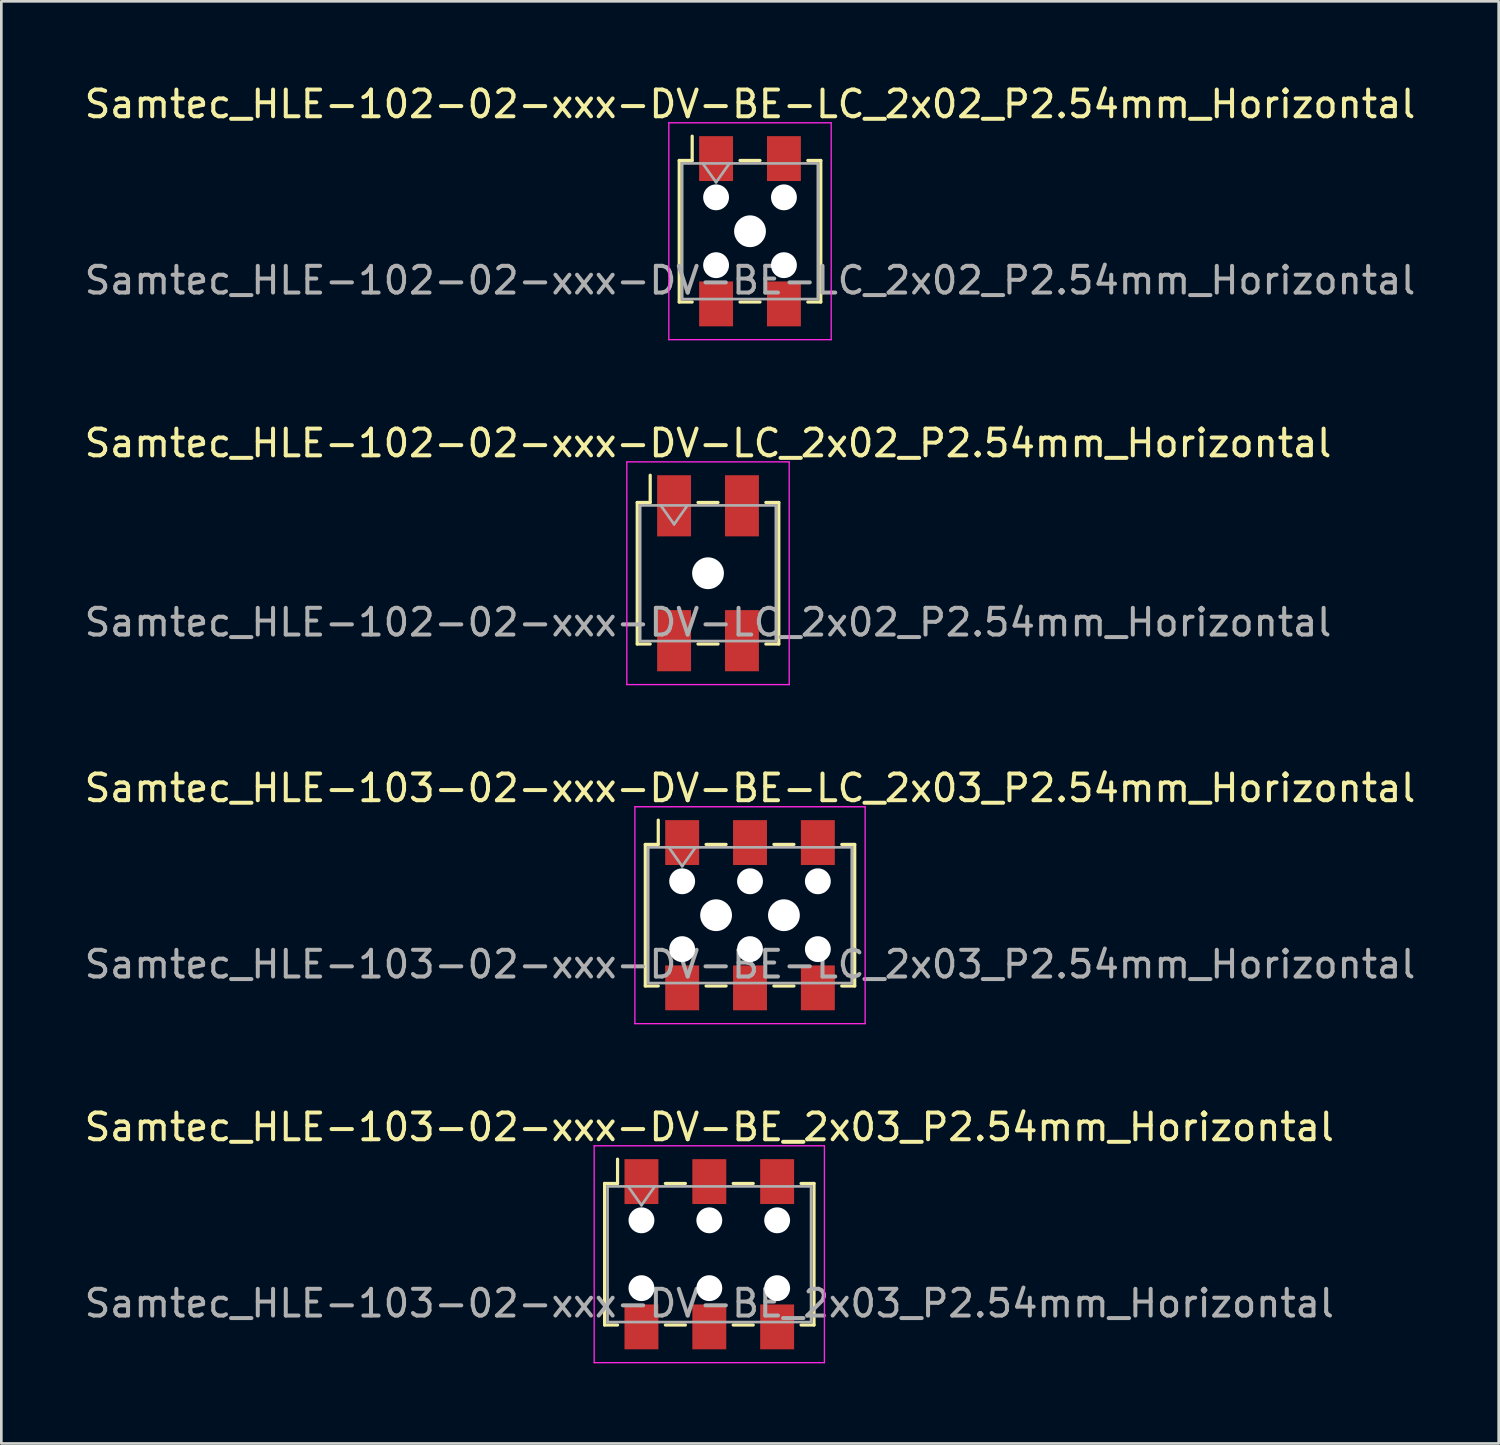
<source format=kicad_pcb>
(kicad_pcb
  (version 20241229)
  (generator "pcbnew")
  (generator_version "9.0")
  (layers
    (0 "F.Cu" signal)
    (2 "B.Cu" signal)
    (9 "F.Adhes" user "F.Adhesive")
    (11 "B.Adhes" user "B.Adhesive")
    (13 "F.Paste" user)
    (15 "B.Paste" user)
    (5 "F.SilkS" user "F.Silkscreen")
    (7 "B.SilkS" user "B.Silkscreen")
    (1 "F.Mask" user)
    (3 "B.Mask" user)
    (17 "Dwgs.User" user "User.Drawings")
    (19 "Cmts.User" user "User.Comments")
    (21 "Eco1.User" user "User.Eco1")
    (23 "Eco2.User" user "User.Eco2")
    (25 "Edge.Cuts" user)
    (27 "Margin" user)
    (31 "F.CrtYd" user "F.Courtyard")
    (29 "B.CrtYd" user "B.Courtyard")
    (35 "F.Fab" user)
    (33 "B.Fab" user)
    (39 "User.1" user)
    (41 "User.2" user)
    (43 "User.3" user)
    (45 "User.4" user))
  (footprint "Samtec_HLE-102-02-xxx-DV-LC_2x02_P2.54mm_Horizontal"
    (layer "F.Cu")
    (at 23.458 18.412)
    (property "Reference" "Samtec_HLE-102-02-xxx-DV-LC_2x02_P2.54mm_Horizontal" (at 0 -4.87 0) (layer "F.SilkS") (effects (font (size 1 1) (thickness 0.15))))
    (attr smd)
    (fp_line (start -2.65 -2.65) (end -2.65 2.65) (stroke (width 0.12) (type solid)) (layer "F.SilkS"))
    (fp_line (start -2.65 2.65) (end -2.165 2.65) (stroke (width 0.12) (type solid)) (layer "F.SilkS"))
    (fp_line (start -2.165 -3.67) (end -2.165 -2.65) (stroke (width 0.12) (type solid)) (layer "F.SilkS"))
    (fp_line (start -2.165 -2.65) (end -2.65 -2.65) (stroke (width 0.12) (type solid)) (layer "F.SilkS"))
    (fp_line (start -0.375 -2.65) (end 0.375 -2.65) (stroke (width 0.12) (type solid)) (layer "F.SilkS"))
    (fp_line (start -0.375 2.65) (end 0.375 2.65) (stroke (width 0.12) (type solid)) (layer "F.SilkS"))
    (fp_line (start 2.165 -2.65) (end 2.65 -2.65) (stroke (width 0.12) (type solid)) (layer "F.SilkS"))
    (fp_line (start 2.65 -2.65) (end 2.65 2.65) (stroke (width 0.12) (type solid)) (layer "F.SilkS"))
    (fp_line (start 2.65 2.65) (end 2.165 2.65) (stroke (width 0.12) (type solid)) (layer "F.SilkS"))
    (fp_line (start -3.04 -4.17) (end 3.04 -4.17) (stroke (width 0.05) (type solid)) (layer "F.CrtYd"))
    (fp_line (start -3.04 4.17) (end -3.04 -4.17) (stroke (width 0.05) (type solid)) (layer "F.CrtYd"))
    (fp_line (start 3.04 -4.17) (end 3.04 4.17) (stroke (width 0.05) (type solid)) (layer "F.CrtYd"))
    (fp_line (start 3.04 4.17) (end -3.04 4.17) (stroke (width 0.05) (type solid)) (layer "F.CrtYd"))
    (fp_line (start -2.54 -2.54) (end 2.54 -2.54) (stroke (width 0.1) (type solid)) (layer "F.Fab"))
    (fp_line (start -2.54 2.54) (end -2.54 -2.54) (stroke (width 0.1) (type solid)) (layer "F.Fab"))
    (fp_line (start -1.77 -2.54) (end -1.27 -1.833) (stroke (width 0.1) (type solid)) (layer "F.Fab"))
    (fp_line (start -1.27 -1.833) (end -0.77 -2.54) (stroke (width 0.1) (type solid)) (layer "F.Fab"))
    (fp_line (start 2.54 -2.54) (end 2.54 2.54) (stroke (width 0.1) (type solid)) (layer "F.Fab"))
    (fp_line (start 2.54 2.54) (end -2.54 2.54) (stroke (width 0.1) (type solid)) (layer "F.Fab"))
    (fp_text user "${REFERENCE}" (at 0 1.84 0) (layer "F.Fab") (effects (font (size 1 1) (thickness 0.15))))
    (pad "" np_thru_hole circle (at 0 0) (size 1.19 1.19) (drill 1.19) (layers "*.Cu" "*.Mask"))
    (pad "1" smd rect (at -1.27 -2.525) (size 1.27 2.29) (layers "F.Cu" "F.Mask" "F.Paste"))
    (pad "2" smd rect (at -1.27 2.525) (size 1.27 2.29) (layers "F.Cu" "F.Mask" "F.Paste"))
    (pad "3" smd rect (at 1.27 -2.525) (size 1.27 2.29) (layers "F.Cu" "F.Mask" "F.Paste"))
    (pad "4" smd rect (at 1.27 2.525) (size 1.27 2.29) (layers "F.Cu" "F.Mask" "F.Paste")))
  (footprint "Samtec_HLE-102-02-xxx-DV-BE-LC_2x02_P2.54mm_Horizontal"
    (layer "F.Cu")
    (at 25.03 5.608)
    (property "Reference" "Samtec_HLE-102-02-xxx-DV-BE-LC_2x02_P2.54mm_Horizontal" (at 0 -4.76 0) (layer "F.SilkS") (effects (font (size 1 1) (thickness 0.15))))
    (attr smd)
    (fp_line (start -2.65 -2.65) (end -2.65 2.65) (stroke (width 0.12) (type solid)) (layer "F.SilkS"))
    (fp_line (start -2.65 2.65) (end -2.165 2.65) (stroke (width 0.12) (type solid)) (layer "F.SilkS"))
    (fp_line (start -2.165 -3.56) (end -2.165 -2.65) (stroke (width 0.12) (type solid)) (layer "F.SilkS"))
    (fp_line (start -2.165 -2.65) (end -2.65 -2.65) (stroke (width 0.12) (type solid)) (layer "F.SilkS"))
    (fp_line (start -0.375 -2.65) (end 0.375 -2.65) (stroke (width 0.12) (type solid)) (layer "F.SilkS"))
    (fp_line (start -0.375 2.65) (end 0.375 2.65) (stroke (width 0.12) (type solid)) (layer "F.SilkS"))
    (fp_line (start 2.165 -2.65) (end 2.65 -2.65) (stroke (width 0.12) (type solid)) (layer "F.SilkS"))
    (fp_line (start 2.65 -2.65) (end 2.65 2.65) (stroke (width 0.12) (type solid)) (layer "F.SilkS"))
    (fp_line (start 2.65 2.65) (end 2.165 2.65) (stroke (width 0.12) (type solid)) (layer "F.SilkS"))
    (fp_line (start -3.04 -4.06) (end 3.04 -4.06) (stroke (width 0.05) (type solid)) (layer "F.CrtYd"))
    (fp_line (start -3.04 4.06) (end -3.04 -4.06) (stroke (width 0.05) (type solid)) (layer "F.CrtYd"))
    (fp_line (start 3.04 -4.06) (end 3.04 4.06) (stroke (width 0.05) (type solid)) (layer "F.CrtYd"))
    (fp_line (start 3.04 4.06) (end -3.04 4.06) (stroke (width 0.05) (type solid)) (layer "F.CrtYd"))
    (fp_line (start -2.54 -2.54) (end 2.54 -2.54) (stroke (width 0.1) (type solid)) (layer "F.Fab"))
    (fp_line (start -2.54 2.54) (end -2.54 -2.54) (stroke (width 0.1) (type solid)) (layer "F.Fab"))
    (fp_line (start -1.77 -2.54) (end -1.27 -1.833) (stroke (width 0.1) (type solid)) (layer "F.Fab"))
    (fp_line (start -1.27 -1.833) (end -0.77 -2.54) (stroke (width 0.1) (type solid)) (layer "F.Fab"))
    (fp_line (start 2.54 -2.54) (end 2.54 2.54) (stroke (width 0.1) (type solid)) (layer "F.Fab"))
    (fp_line (start 2.54 2.54) (end -2.54 2.54) (stroke (width 0.1) (type solid)) (layer "F.Fab"))
    (fp_text user "${REFERENCE}" (at 0 1.84 0) (layer "F.Fab") (effects (font (size 1 1) (thickness 0.15))))
    (pad "" np_thru_hole circle (at -1.27 -1.27) (size 0.97 0.97) (drill 0.97) (layers "*.Cu" "*.Mask"))
    (pad "" np_thru_hole circle (at -1.27 1.27) (size 0.97 0.97) (drill 0.97) (layers "*.Cu" "*.Mask"))
    (pad "" np_thru_hole circle (at 0 0) (size 1.19 1.19) (drill 1.19) (layers "*.Cu" "*.Mask"))
    (pad "" np_thru_hole circle (at 1.27 -1.27) (size 0.97 0.97) (drill 0.97) (layers "*.Cu" "*.Mask"))
    (pad "" np_thru_hole circle (at 1.27 1.27) (size 0.97 0.97) (drill 0.97) (layers "*.Cu" "*.Mask"))
    (pad "1" smd rect (at -1.27 -2.72) (size 1.27 1.68) (layers "F.Cu" "F.Mask" "F.Paste"))
    (pad "2" smd rect (at -1.27 2.72) (size 1.27 1.68) (layers "F.Cu" "F.Mask" "F.Paste"))
    (pad "3" smd rect (at 1.27 -2.72) (size 1.27 1.68) (layers "F.Cu" "F.Mask" "F.Paste"))
    (pad "4" smd rect (at 1.27 2.72) (size 1.27 1.68) (layers "F.Cu" "F.Mask" "F.Paste")))
  (footprint "Samtec_HLE-103-02-xxx-DV-BE_2x03_P2.54mm_Horizontal"
    (layer "F.Cu")
    (at 23.506 43.908)
    (property "Reference" "Samtec_HLE-103-02-xxx-DV-BE_2x03_P2.54mm_Horizontal" (at 0 -4.76 0) (layer "F.SilkS") (effects (font (size 1 1) (thickness 0.15))))
    (attr smd)
    (fp_line (start -3.92 -2.65) (end -3.92 2.65) (stroke (width 0.12) (type solid)) (layer "F.SilkS"))
    (fp_line (start -3.92 2.65) (end -3.435 2.65) (stroke (width 0.12) (type solid)) (layer "F.SilkS"))
    (fp_line (start -3.435 -3.56) (end -3.435 -2.65) (stroke (width 0.12) (type solid)) (layer "F.SilkS"))
    (fp_line (start -3.435 -2.65) (end -3.92 -2.65) (stroke (width 0.12) (type solid)) (layer "F.SilkS"))
    (fp_line (start -1.645 -2.65) (end -0.895 -2.65) (stroke (width 0.12) (type solid)) (layer "F.SilkS"))
    (fp_line (start -1.645 2.65) (end -0.895 2.65) (stroke (width 0.12) (type solid)) (layer "F.SilkS"))
    (fp_line (start 0.895 -2.65) (end 1.645 -2.65) (stroke (width 0.12) (type solid)) (layer "F.SilkS"))
    (fp_line (start 0.895 2.65) (end 1.645 2.65) (stroke (width 0.12) (type solid)) (layer "F.SilkS"))
    (fp_line (start 3.435 -2.65) (end 3.92 -2.65) (stroke (width 0.12) (type solid)) (layer "F.SilkS"))
    (fp_line (start 3.92 -2.65) (end 3.92 2.65) (stroke (width 0.12) (type solid)) (layer "F.SilkS"))
    (fp_line (start 3.92 2.65) (end 3.435 2.65) (stroke (width 0.12) (type solid)) (layer "F.SilkS"))
    (fp_line (start -4.31 -4.06) (end 4.31 -4.06) (stroke (width 0.05) (type solid)) (layer "F.CrtYd"))
    (fp_line (start -4.31 4.06) (end -4.31 -4.06) (stroke (width 0.05) (type solid)) (layer "F.CrtYd"))
    (fp_line (start 4.31 -4.06) (end 4.31 4.06) (stroke (width 0.05) (type solid)) (layer "F.CrtYd"))
    (fp_line (start 4.31 4.06) (end -4.31 4.06) (stroke (width 0.05) (type solid)) (layer "F.CrtYd"))
    (fp_line (start -3.81 -2.54) (end 3.81 -2.54) (stroke (width 0.1) (type solid)) (layer "F.Fab"))
    (fp_line (start -3.81 2.54) (end -3.81 -2.54) (stroke (width 0.1) (type solid)) (layer "F.Fab"))
    (fp_line (start -3.04 -2.54) (end -2.54 -1.833) (stroke (width 0.1) (type solid)) (layer "F.Fab"))
    (fp_line (start -2.54 -1.833) (end -2.04 -2.54) (stroke (width 0.1) (type solid)) (layer "F.Fab"))
    (fp_line (start 3.81 -2.54) (end 3.81 2.54) (stroke (width 0.1) (type solid)) (layer "F.Fab"))
    (fp_line (start 3.81 2.54) (end -3.81 2.54) (stroke (width 0.1) (type solid)) (layer "F.Fab"))
    (fp_text user "${REFERENCE}" (at 0 1.84 0) (layer "F.Fab") (effects (font (size 1 1) (thickness 0.15))))
    (pad "" np_thru_hole circle (at -2.54 -1.27) (size 0.97 0.97) (drill 0.97) (layers "*.Cu" "*.Mask"))
    (pad "" np_thru_hole circle (at -2.54 1.27) (size 0.97 0.97) (drill 0.97) (layers "*.Cu" "*.Mask"))
    (pad "" np_thru_hole circle (at 0 -1.27) (size 0.97 0.97) (drill 0.97) (layers "*.Cu" "*.Mask"))
    (pad "" np_thru_hole circle (at 0 1.27) (size 0.97 0.97) (drill 0.97) (layers "*.Cu" "*.Mask"))
    (pad "" np_thru_hole circle (at 2.54 -1.27) (size 0.97 0.97) (drill 0.97) (layers "*.Cu" "*.Mask"))
    (pad "" np_thru_hole circle (at 2.54 1.27) (size 0.97 0.97) (drill 0.97) (layers "*.Cu" "*.Mask"))
    (pad "1" smd rect (at -2.54 -2.72) (size 1.27 1.68) (layers "F.Cu" "F.Mask" "F.Paste"))
    (pad "2" smd rect (at -2.54 2.72) (size 1.27 1.68) (layers "F.Cu" "F.Mask" "F.Paste"))
    (pad "3" smd rect (at 0 -2.72) (size 1.27 1.68) (layers "F.Cu" "F.Mask" "F.Paste"))
    (pad "4" smd rect (at 0 2.72) (size 1.27 1.68) (layers "F.Cu" "F.Mask" "F.Paste"))
    (pad "5" smd rect (at 2.54 -2.72) (size 1.27 1.68) (layers "F.Cu" "F.Mask" "F.Paste"))
    (pad "6" smd rect (at 2.54 2.72) (size 1.27 1.68) (layers "F.Cu" "F.Mask" "F.Paste")))
  (footprint "Samtec_HLE-103-02-xxx-DV-BE-LC_2x03_P2.54mm_Horizontal"
    (layer "F.Cu")
    (at 25.03 31.215)
    (property "Reference" "Samtec_HLE-103-02-xxx-DV-BE-LC_2x03_P2.54mm_Horizontal" (at 0 -4.76 0) (layer "F.SilkS") (effects (font (size 1 1) (thickness 0.15))))
    (attr smd)
    (fp_line (start -3.92 -2.65) (end -3.92 2.65) (stroke (width 0.12) (type solid)) (layer "F.SilkS"))
    (fp_line (start -3.92 2.65) (end -3.435 2.65) (stroke (width 0.12) (type solid)) (layer "F.SilkS"))
    (fp_line (start -3.435 -3.56) (end -3.435 -2.65) (stroke (width 0.12) (type solid)) (layer "F.SilkS"))
    (fp_line (start -3.435 -2.65) (end -3.92 -2.65) (stroke (width 0.12) (type solid)) (layer "F.SilkS"))
    (fp_line (start -1.645 -2.65) (end -0.895 -2.65) (stroke (width 0.12) (type solid)) (layer "F.SilkS"))
    (fp_line (start -1.645 2.65) (end -0.895 2.65) (stroke (width 0.12) (type solid)) (layer "F.SilkS"))
    (fp_line (start 0.895 -2.65) (end 1.645 -2.65) (stroke (width 0.12) (type solid)) (layer "F.SilkS"))
    (fp_line (start 0.895 2.65) (end 1.645 2.65) (stroke (width 0.12) (type solid)) (layer "F.SilkS"))
    (fp_line (start 3.435 -2.65) (end 3.92 -2.65) (stroke (width 0.12) (type solid)) (layer "F.SilkS"))
    (fp_line (start 3.92 -2.65) (end 3.92 2.65) (stroke (width 0.12) (type solid)) (layer "F.SilkS"))
    (fp_line (start 3.92 2.65) (end 3.435 2.65) (stroke (width 0.12) (type solid)) (layer "F.SilkS"))
    (fp_line (start -4.31 -4.06) (end 4.31 -4.06) (stroke (width 0.05) (type solid)) (layer "F.CrtYd"))
    (fp_line (start -4.31 4.06) (end -4.31 -4.06) (stroke (width 0.05) (type solid)) (layer "F.CrtYd"))
    (fp_line (start 4.31 -4.06) (end 4.31 4.06) (stroke (width 0.05) (type solid)) (layer "F.CrtYd"))
    (fp_line (start 4.31 4.06) (end -4.31 4.06) (stroke (width 0.05) (type solid)) (layer "F.CrtYd"))
    (fp_line (start -3.81 -2.54) (end 3.81 -2.54) (stroke (width 0.1) (type solid)) (layer "F.Fab"))
    (fp_line (start -3.81 2.54) (end -3.81 -2.54) (stroke (width 0.1) (type solid)) (layer "F.Fab"))
    (fp_line (start -3.04 -2.54) (end -2.54 -1.833) (stroke (width 0.1) (type solid)) (layer "F.Fab"))
    (fp_line (start -2.54 -1.833) (end -2.04 -2.54) (stroke (width 0.1) (type solid)) (layer "F.Fab"))
    (fp_line (start 3.81 -2.54) (end 3.81 2.54) (stroke (width 0.1) (type solid)) (layer "F.Fab"))
    (fp_line (start 3.81 2.54) (end -3.81 2.54) (stroke (width 0.1) (type solid)) (layer "F.Fab"))
    (fp_text user "${REFERENCE}" (at 0 1.84 0) (layer "F.Fab") (effects (font (size 1 1) (thickness 0.15))))
    (pad "" np_thru_hole circle (at -2.54 -1.27) (size 0.97 0.97) (drill 0.97) (layers "*.Cu" "*.Mask"))
    (pad "" np_thru_hole circle (at -2.54 1.27) (size 0.97 0.97) (drill 0.97) (layers "*.Cu" "*.Mask"))
    (pad "" np_thru_hole circle (at -1.27 0) (size 1.19 1.19) (drill 1.19) (layers "*.Cu" "*.Mask"))
    (pad "" np_thru_hole circle (at 0 -1.27) (size 0.97 0.97) (drill 0.97) (layers "*.Cu" "*.Mask"))
    (pad "" np_thru_hole circle (at 0 1.27) (size 0.97 0.97) (drill 0.97) (layers "*.Cu" "*.Mask"))
    (pad "" np_thru_hole circle (at 1.27 0) (size 1.19 1.19) (drill 1.19) (layers "*.Cu" "*.Mask"))
    (pad "" np_thru_hole circle (at 2.54 -1.27) (size 0.97 0.97) (drill 0.97) (layers "*.Cu" "*.Mask"))
    (pad "" np_thru_hole circle (at 2.54 1.27) (size 0.97 0.97) (drill 0.97) (layers "*.Cu" "*.Mask"))
    (pad "1" smd rect (at -2.54 -2.72) (size 1.27 1.68) (layers "F.Cu" "F.Mask" "F.Paste"))
    (pad "2" smd rect (at -2.54 2.72) (size 1.27 1.68) (layers "F.Cu" "F.Mask" "F.Paste"))
    (pad "3" smd rect (at 0 -2.72) (size 1.27 1.68) (layers "F.Cu" "F.Mask" "F.Paste"))
    (pad "4" smd rect (at 0 2.72) (size 1.27 1.68) (layers "F.Cu" "F.Mask" "F.Paste"))
    (pad "5" smd rect (at 2.54 -2.72) (size 1.27 1.68) (layers "F.Cu" "F.Mask" "F.Paste"))
    (pad "6" smd rect (at 2.54 2.72) (size 1.27 1.68) (layers "F.Cu" "F.Mask" "F.Paste")))
  (gr_rect
    (start -3 -3)
    (end 53.06 50.993)
    (stroke (width 0.1) (type default))
    (fill no)
    (layer "Edge.Cuts")))
</source>
